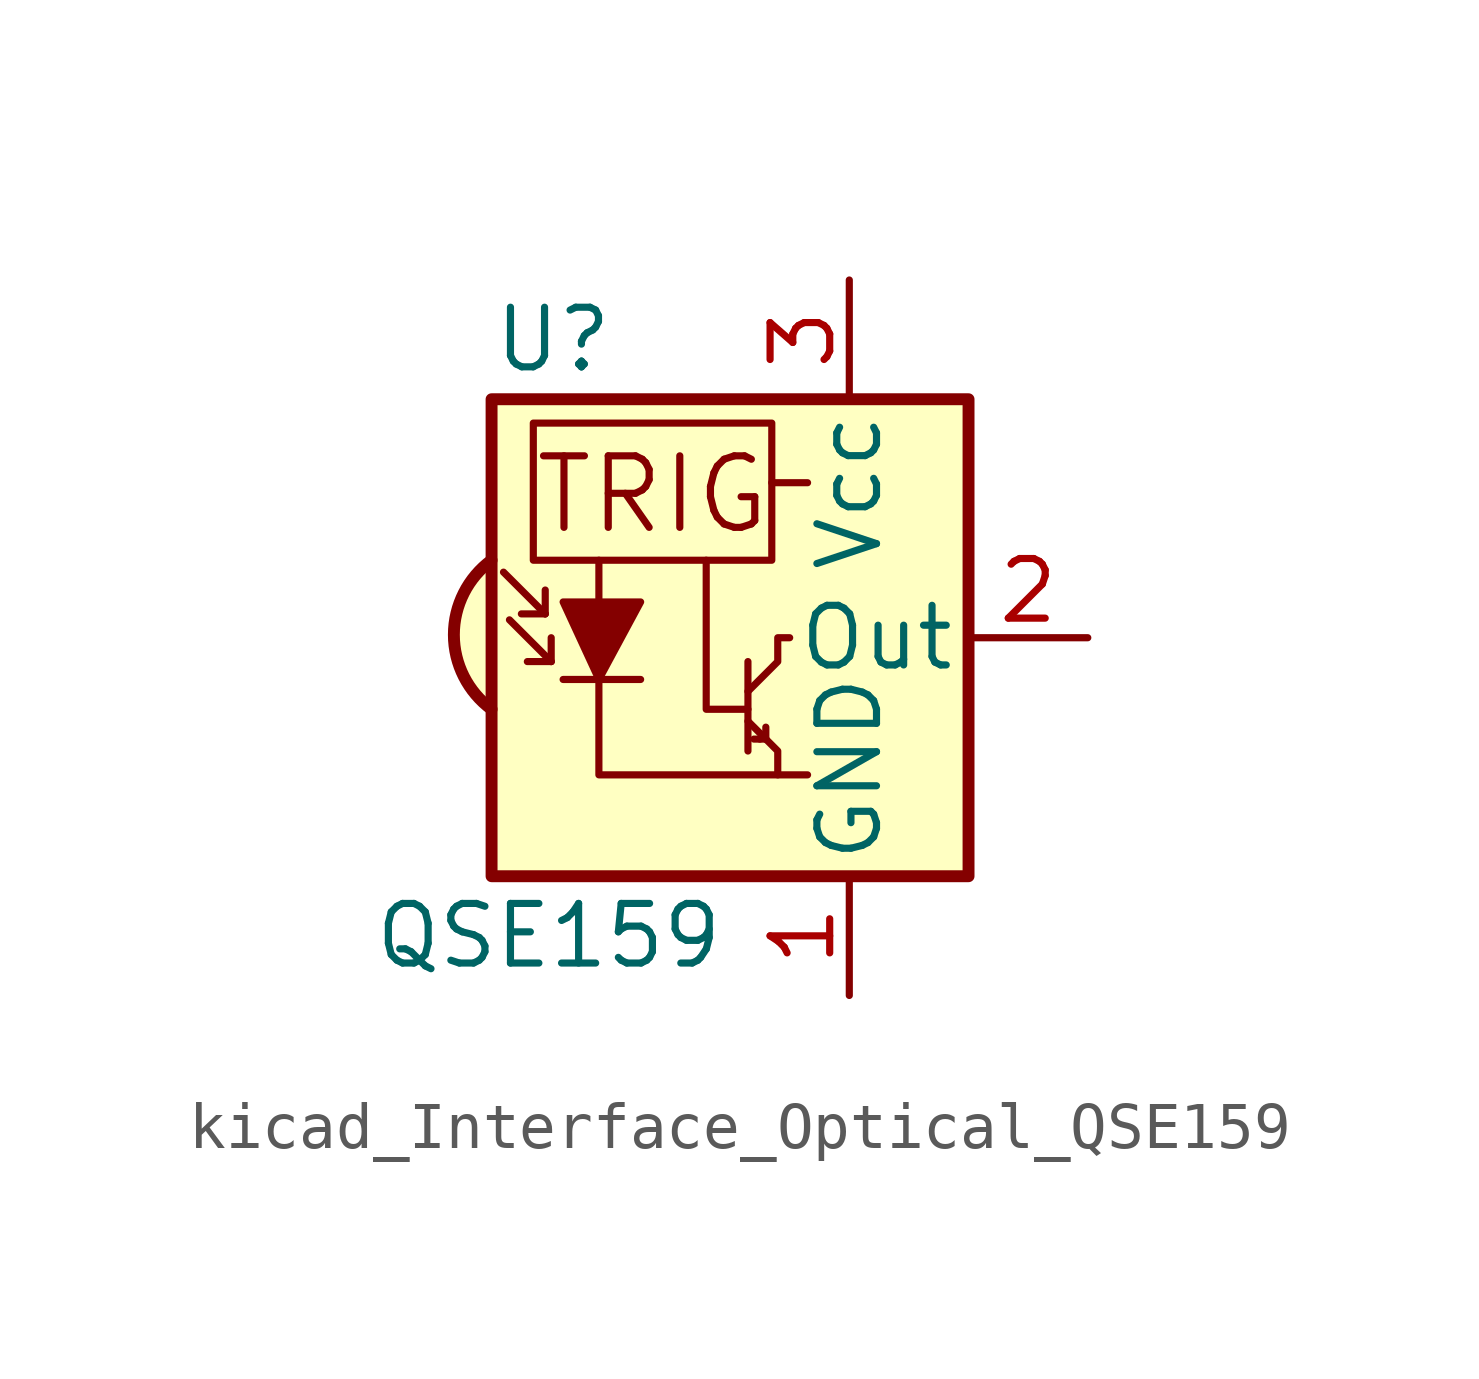
<source format=kicad_sym>
(kicad_symbol_lib
  (version 20220914)
  (generator kicad_symbol_editor)
  (symbol "kicad_Interface_Optical_QSE159"
    (pin_names
      (offset 0.254))
    (property "Reference" "U"
      (at -5.08 6.35 0)
      (effects (font (size 1.27 1.27)) (justify left)))
    (property "Value" "QSE159"
      (at -7.62 -6.35 0)
      (effects (font (size 1.27 1.27)) (justify left)))
    (symbol "kicad_Interface_Optical_QSE159_0_0"
      (arc (start -5.08 1.651) (mid -5.8829 0.0688) (end -5.08 -1.524) (stroke (width 0.254) (type default)) (fill (type background)))
      (polyline (pts (xy 0.889 3.302) (xy 1.651 3.302)) (stroke (width 0) (type default)) (fill (type none)))
      (polyline (pts (xy 0.381 -1.778) (xy 1.016 -2.413) (xy 1.016 -2.921)) (stroke (width 0) (type default)) (fill (type none)))
      (polyline (pts (xy 0.381 -1.524) (xy -0.508 -1.524) (xy -0.508 1.651)) (stroke (width 0) (type default)) (fill (type none)))
      (polyline (pts (xy 1.651 -2.921) (xy -2.794 -2.921) (xy -2.794 1.651)) (stroke (width 0) (type default)) (fill (type none)))
      (polyline (pts (xy 0.381 -1.143) (xy 1.016 -0.508) (xy 1.016 0) (xy 1.27 0)) (stroke (width 0) (type default)) (fill (type none)))
      (rectangle (start 0.889 4.572) (end -4.191 1.651) (stroke (width 0) (type default)) (fill (type none)))
      (rectangle (start 5.08 5.08) (end -5.08 -5.08) (stroke (width 0.254) (type default)) (fill (type background)))
      (text "TRIG" (at -1.651 3.048 0) (effects (font (size 1.524 1.524)))))
    (symbol "kicad_Interface_Optical_QSE159_0_1"
      (polyline (pts (xy -3.937 0.508) (xy -4.826 1.397)) (stroke (width 0) (type default)) (fill (type none)))
      (polyline (pts (xy -3.937 0.508) (xy -4.445 0.508)) (stroke (width 0) (type default)) (fill (type none)))
      (polyline (pts (xy -3.937 0.508) (xy -3.937 1.016)) (stroke (width 0) (type default)) (fill (type none)))
      (polyline (pts (xy -3.81 -0.508) (xy -4.699 0.381)) (stroke (width 0) (type default)) (fill (type none)))
      (polyline (pts (xy -3.81 -0.508) (xy -4.318 -0.508)) (stroke (width 0) (type default)) (fill (type none)))
      (polyline (pts (xy -3.81 -0.508) (xy -3.81 0)) (stroke (width 0) (type default)) (fill (type none)))
      (polyline (pts (xy -3.556 -0.889) (xy -1.905 -0.889)) (stroke (width 0) (type default)) (fill (type none)))
      (polyline (pts (xy 0.381 -0.508) (xy 0.381 -2.413)) (stroke (width 0) (type default)) (fill (type none)))
      (polyline (pts (xy 0.508 -2.159) (xy 0.635 -2.159)) (stroke (width 0) (type default)) (fill (type none)))
      (polyline (pts (xy 0.762 -2.159) (xy 0.635 -2.159)) (stroke (width 0) (type default)) (fill (type none)))
      (polyline (pts (xy 0.762 -2.159) (xy 0.762 -1.905)) (stroke (width 0) (type default)) (fill (type none)))
      (polyline (pts (xy -3.556 0.762) (xy -1.905 0.762) (xy -2.794 -0.889) (xy -3.556 0.762)) (stroke (width 0) (type default)) (fill (type outline))))
    (symbol "kicad_Interface_Optical_QSE159_1_1"
      (pin power_in line (at 2.54 -7.62 90) (length 2.54) (name "GND" (effects (font (size 1.27 1.27)))) (number "1" (effects (font (size 1.27 1.27)))))
      (pin output line (at 7.62 0 180) (length 2.54) (name "Out" (effects (font (size 1.27 1.27)))) (number "2" (effects (font (size 1.27 1.27)))))
      (pin power_in line (at 2.54 7.62 270) (length 2.54) (name "Vcc" (effects (font (size 1.27 1.27)))) (number "3" (effects (font (size 1.27 1.27))))))))
</source>
